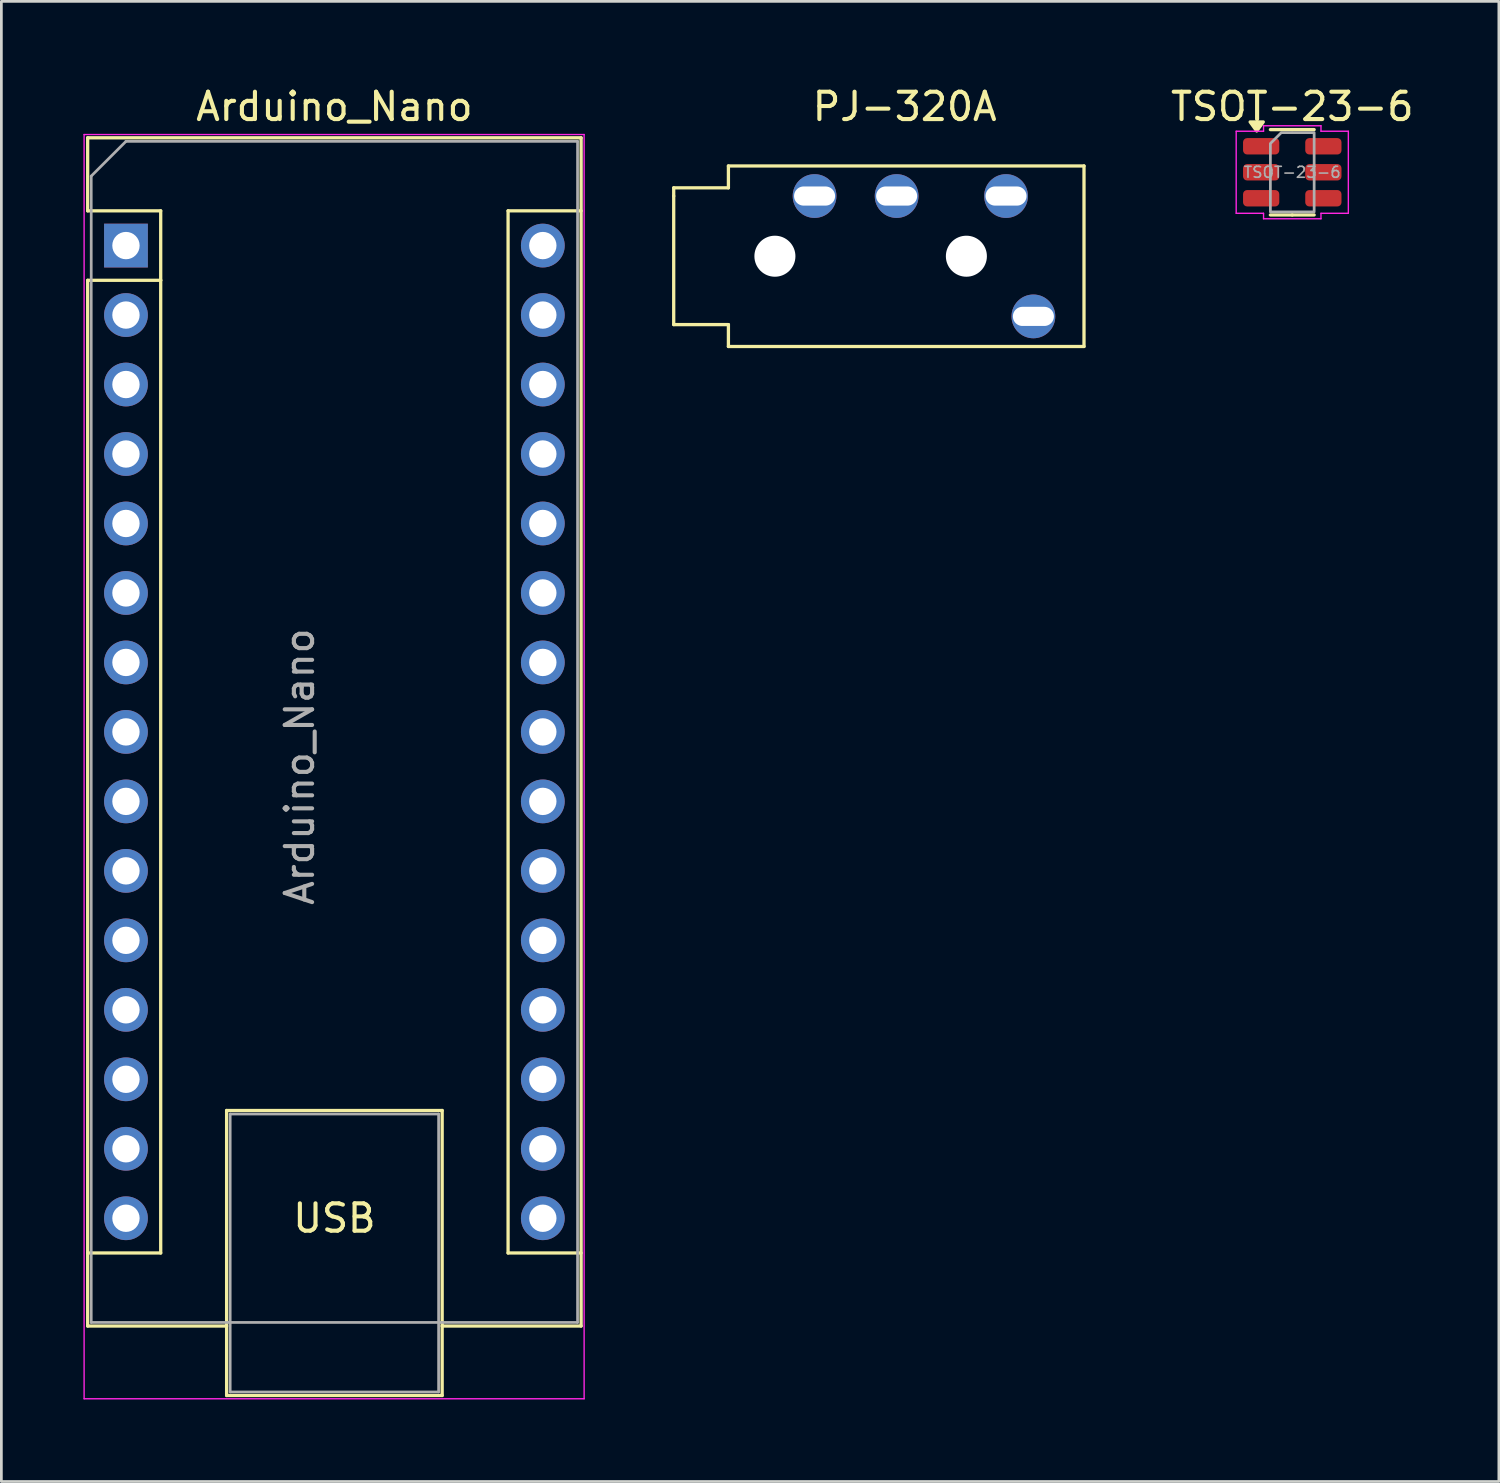
<source format=kicad_pcb>
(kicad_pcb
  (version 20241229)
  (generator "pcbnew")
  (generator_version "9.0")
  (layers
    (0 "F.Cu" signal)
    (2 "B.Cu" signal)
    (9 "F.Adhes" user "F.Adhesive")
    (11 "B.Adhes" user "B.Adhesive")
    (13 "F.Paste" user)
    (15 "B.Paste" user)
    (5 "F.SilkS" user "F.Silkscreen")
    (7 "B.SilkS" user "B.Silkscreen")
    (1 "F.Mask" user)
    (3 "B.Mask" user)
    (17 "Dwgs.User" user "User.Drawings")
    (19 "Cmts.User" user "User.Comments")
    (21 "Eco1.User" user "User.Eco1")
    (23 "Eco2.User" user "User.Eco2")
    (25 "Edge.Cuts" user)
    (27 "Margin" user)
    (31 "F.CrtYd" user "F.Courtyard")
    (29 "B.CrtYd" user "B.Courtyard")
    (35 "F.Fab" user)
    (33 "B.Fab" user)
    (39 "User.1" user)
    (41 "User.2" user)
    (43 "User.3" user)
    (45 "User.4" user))
  (footprint "PJ-320A"
    (layer "F.Cu")
    (at 21.58 4.117)
    (property "Reference" "PJ-320A" (at 8.445 -3.269 0) (layer "F.SilkS") (effects (font (size 1 1) (thickness 0.15))))
    (attr through_hole)
    (fp_line (start 0 -0.3) (end 2 -0.3) (stroke (width 0.12) (type solid)) (layer "F.SilkS"))
    (fp_line (start 0 0) (end 0 -0.3) (stroke (width 0.12) (type solid)) (layer "F.SilkS"))
    (fp_line (start 0 0) (end 0 4.7) (stroke (width 0.12) (type solid)) (layer "F.SilkS"))
    (fp_line (start 0 4.7) (end 2 4.7) (stroke (width 0.12) (type solid)) (layer "F.SilkS"))
    (fp_line (start 2 -1.1) (end 15 -1.1) (stroke (width 0.12) (type solid)) (layer "F.SilkS"))
    (fp_line (start 2 -0.3) (end 2 -1.1) (stroke (width 0.12) (type solid)) (layer "F.SilkS"))
    (fp_line (start 2 4.7) (end 2 5.5) (stroke (width 0.12) (type solid)) (layer "F.SilkS"))
    (fp_line (start 2 5.5) (end 15 5.5) (stroke (width 0.12) (type solid)) (layer "F.SilkS"))
    (fp_line (start 15 -1.1) (end 15 5.5) (stroke (width 0.12) (type solid)) (layer "F.SilkS"))
    (pad "" np_thru_hole circle (at 3.7 2.2 180) (size 1.5 1.5) (drill 1.5) (layers "*.Cu"))
    (pad "" np_thru_hole circle (at 10.7 2.2 180) (size 1.5 1.5) (drill 1.5) (layers "*.Cu"))
    (pad "1" thru_hole circle (at 13.15 4.4 180) (size 1.6 1.6) (drill oval 1.5 0.7) (layers "*.Cu" "*.Mask"))
    (pad "2" thru_hole circle (at 12.15 0 180) (size 1.6 1.6) (drill oval 1.5 0.7) (layers "*.Cu" "*.Mask"))
    (pad "3" thru_hole circle (at 8.15 0 180) (size 1.6 1.6) (drill oval 1.5 0.7) (layers "*.Cu" "*.Mask"))
    (pad "4" thru_hole circle (at 5.15 0 180) (size 1.6 1.6) (drill oval 1.5 0.7) (layers "*.Cu" "*.Mask")))
  (footprint "TSOT-23-6"
    (layer "F.Cu")
    (at 44.194 3.248)
    (property "Reference" "TSOT-23-6" (at 0 -2.4 0) (layer "F.SilkS") (effects (font (size 1 1) (thickness 0.15))))
    (attr smd)
    (fp_line (start 0 -1.56) (end -0.8 -1.56) (stroke (width 0.12) (type solid)) (layer "F.SilkS"))
    (fp_line (start 0 -1.56) (end 0.8 -1.56) (stroke (width 0.12) (type solid)) (layer "F.SilkS"))
    (fp_line (start 0 1.56) (end -0.8 1.56) (stroke (width 0.12) (type solid)) (layer "F.SilkS"))
    (fp_line (start 0 1.56) (end 0.8 1.56) (stroke (width 0.12) (type solid)) (layer "F.SilkS"))
    (fp_poly (pts (xy -1.3 -1.51) (xy -1.54 -1.84) (xy -1.06 -1.84)) (stroke (width 0.12) (type solid)) (fill yes) (layer "F.SilkS"))
    (fp_line (start -2.05 -1.5) (end -1.05 -1.5) (stroke (width 0.05) (type solid)) (layer "F.CrtYd"))
    (fp_line (start -2.05 1.5) (end -2.05 -1.5) (stroke (width 0.05) (type solid)) (layer "F.CrtYd"))
    (fp_line (start -1.05 -1.7) (end 1.05 -1.7) (stroke (width 0.05) (type solid)) (layer "F.CrtYd"))
    (fp_line (start -1.05 -1.5) (end -1.05 -1.7) (stroke (width 0.05) (type solid)) (layer "F.CrtYd"))
    (fp_line (start -1.05 1.5) (end -2.05 1.5) (stroke (width 0.05) (type solid)) (layer "F.CrtYd"))
    (fp_line (start -1.05 1.7) (end -1.05 1.5) (stroke (width 0.05) (type solid)) (layer "F.CrtYd"))
    (fp_line (start 1.05 -1.7) (end 1.05 -1.5) (stroke (width 0.05) (type solid)) (layer "F.CrtYd"))
    (fp_line (start 1.05 -1.5) (end 2.05 -1.5) (stroke (width 0.05) (type solid)) (layer "F.CrtYd"))
    (fp_line (start 1.05 1.5) (end 1.05 1.7) (stroke (width 0.05) (type solid)) (layer "F.CrtYd"))
    (fp_line (start 1.05 1.7) (end -1.05 1.7) (stroke (width 0.05) (type solid)) (layer "F.CrtYd"))
    (fp_line (start 2.05 -1.5) (end 2.05 1.5) (stroke (width 0.05) (type solid)) (layer "F.CrtYd"))
    (fp_line (start 2.05 1.5) (end 1.05 1.5) (stroke (width 0.05) (type solid)) (layer "F.CrtYd"))
    (fp_poly (pts (xy -0.8 -1.05) (xy -0.8 1.45) (xy 0.8 1.45) (xy 0.8 -1.45) (xy -0.4 -1.45)) (stroke (width 0.1) (type solid)) (fill no) (layer "F.Fab"))
    (fp_text user "${REFERENCE}" (at 0 0 0) (layer "F.Fab") (effects (font (size 0.4 0.4) (thickness 0.06))))
    (pad "1" smd roundrect (at -1.137 -0.95) (size 1.325 0.6) (layers "F.Cu" "F.Mask" "F.Paste") (roundrect_rratio 0.25))
    (pad "2" smd roundrect (at -1.137 0) (size 1.325 0.6) (layers "F.Cu" "F.Mask" "F.Paste") (roundrect_rratio 0.25))
    (pad "3" smd roundrect (at -1.137 0.95) (size 1.325 0.6) (layers "F.Cu" "F.Mask" "F.Paste") (roundrect_rratio 0.25))
    (pad "4" smd roundrect (at 1.137 0.95) (size 1.325 0.6) (layers "F.Cu" "F.Mask" "F.Paste") (roundrect_rratio 0.25))
    (pad "5" smd roundrect (at 1.137 0) (size 1.325 0.6) (layers "F.Cu" "F.Mask" "F.Paste") (roundrect_rratio 0.25))
    (pad "6" smd roundrect (at 1.137 -0.95) (size 1.325 0.6) (layers "F.Cu" "F.Mask" "F.Paste") (roundrect_rratio 0.25)))
  (footprint "Arduino_Nano"
    (layer "F.Cu")
    (at 1.555 5.928)
    (property "Reference" "Arduino_Nano" (at 7.62 -5.08 180) (layer "F.SilkS") (effects (font (size 1 1) (thickness 0.15))))
    (attr through_hole)
    (fp_line (start -1.4 -3.94) (end -1.4 -1.27) (stroke (width 0.12) (type solid)) (layer "F.SilkS"))
    (fp_line (start -1.4 1.27) (end -1.4 39.5) (stroke (width 0.12) (type solid)) (layer "F.SilkS"))
    (fp_line (start -1.4 39.5) (end 3.68 39.5) (stroke (width 0.12) (type solid)) (layer "F.SilkS"))
    (fp_line (start 1.27 -1.27) (end -1.4 -1.27) (stroke (width 0.12) (type solid)) (layer "F.SilkS"))
    (fp_line (start 1.27 1.27) (end -1.4 1.27) (stroke (width 0.12) (type solid)) (layer "F.SilkS"))
    (fp_line (start 1.27 1.27) (end 1.27 -1.27) (stroke (width 0.12) (type solid)) (layer "F.SilkS"))
    (fp_line (start 1.27 1.27) (end 1.27 36.83) (stroke (width 0.12) (type solid)) (layer "F.SilkS"))
    (fp_line (start 1.27 36.83) (end -1.4 36.83) (stroke (width 0.12) (type solid)) (layer "F.SilkS"))
    (fp_line (start 3.68 31.62) (end 11.56 31.62) (stroke (width 0.12) (type solid)) (layer "F.SilkS"))
    (fp_line (start 3.68 42.04) (end 3.68 31.62) (stroke (width 0.12) (type solid)) (layer "F.SilkS"))
    (fp_line (start 11.56 31.62) (end 11.56 42.04) (stroke (width 0.12) (type solid)) (layer "F.SilkS"))
    (fp_line (start 11.56 42.04) (end 3.68 42.04) (stroke (width 0.12) (type solid)) (layer "F.SilkS"))
    (fp_line (start 13.97 -1.27) (end 13.97 36.83) (stroke (width 0.12) (type solid)) (layer "F.SilkS"))
    (fp_line (start 13.97 -1.27) (end 16.64 -1.27) (stroke (width 0.12) (type solid)) (layer "F.SilkS"))
    (fp_line (start 13.97 36.83) (end 16.64 36.83) (stroke (width 0.12) (type solid)) (layer "F.SilkS"))
    (fp_line (start 16.64 -3.94) (end -1.4 -3.94) (stroke (width 0.12) (type solid)) (layer "F.SilkS"))
    (fp_line (start 16.64 39.5) (end 11.56 39.5) (stroke (width 0.12) (type solid)) (layer "F.SilkS"))
    (fp_line (start 16.64 39.5) (end 16.64 -3.94) (stroke (width 0.12) (type solid)) (layer "F.SilkS"))
    (fp_line (start -1.53 -4.06) (end -1.53 42.16) (stroke (width 0.05) (type solid)) (layer "F.CrtYd"))
    (fp_line (start -1.53 -4.06) (end 16.75 -4.06) (stroke (width 0.05) (type solid)) (layer "F.CrtYd"))
    (fp_line (start 16.75 42.16) (end -1.53 42.16) (stroke (width 0.05) (type solid)) (layer "F.CrtYd"))
    (fp_line (start 16.75 42.16) (end 16.75 -4.06) (stroke (width 0.05) (type solid)) (layer "F.CrtYd"))
    (fp_line (start -1.27 -2.54) (end 0 -3.81) (stroke (width 0.1) (type solid)) (layer "F.Fab"))
    (fp_line (start -1.27 39.37) (end -1.27 -2.54) (stroke (width 0.1) (type solid)) (layer "F.Fab"))
    (fp_line (start 0 -3.81) (end 16.51 -3.81) (stroke (width 0.1) (type solid)) (layer "F.Fab"))
    (fp_line (start 3.81 31.75) (end 11.43 31.75) (stroke (width 0.1) (type solid)) (layer "F.Fab"))
    (fp_line (start 3.81 41.91) (end 3.81 31.75) (stroke (width 0.1) (type solid)) (layer "F.Fab"))
    (fp_line (start 11.43 31.75) (end 11.43 41.91) (stroke (width 0.1) (type solid)) (layer "F.Fab"))
    (fp_line (start 11.43 41.91) (end 3.81 41.91) (stroke (width 0.1) (type solid)) (layer "F.Fab"))
    (fp_line (start 16.51 -3.81) (end 16.51 39.37) (stroke (width 0.1) (type solid)) (layer "F.Fab"))
    (fp_line (start 16.51 39.37) (end -1.27 39.37) (stroke (width 0.1) (type solid)) (layer "F.Fab"))
    (fp_text user "USB" (at 7.62 35.56 0) (unlocked yes) (layer "F.SilkS") (effects (font (size 1 1) (thickness 0.15))))
    (fp_text user "${REFERENCE}" (at 6.35 19.05 270) (layer "F.Fab") (effects (font (size 1 1) (thickness 0.15))))
    (pad "1" thru_hole rect (at 0 0) (size 1.6 1.6) (drill 1) (layers "*.Cu" "*.Mask"))
    (pad "2" thru_hole oval (at 0 2.54) (size 1.6 1.6) (drill 1) (layers "*.Cu" "*.Mask"))
    (pad "3" thru_hole oval (at 0 5.08) (size 1.6 1.6) (drill 1) (layers "*.Cu" "*.Mask"))
    (pad "4" thru_hole oval (at 0 7.62) (size 1.6 1.6) (drill 1) (layers "*.Cu" "*.Mask"))
    (pad "5" thru_hole oval (at 0 10.16) (size 1.6 1.6) (drill 1) (layers "*.Cu" "*.Mask"))
    (pad "6" thru_hole oval (at 0 12.7) (size 1.6 1.6) (drill 1) (layers "*.Cu" "*.Mask"))
    (pad "7" thru_hole oval (at 0 15.24) (size 1.6 1.6) (drill 1) (layers "*.Cu" "*.Mask"))
    (pad "8" thru_hole oval (at 0 17.78) (size 1.6 1.6) (drill 1) (layers "*.Cu" "*.Mask"))
    (pad "9" thru_hole oval (at 0 20.32) (size 1.6 1.6) (drill 1) (layers "*.Cu" "*.Mask"))
    (pad "10" thru_hole oval (at 0 22.86) (size 1.6 1.6) (drill 1) (layers "*.Cu" "*.Mask"))
    (pad "11" thru_hole oval (at 0 25.4) (size 1.6 1.6) (drill 1) (layers "*.Cu" "*.Mask"))
    (pad "12" thru_hole oval (at 0 27.94) (size 1.6 1.6) (drill 1) (layers "*.Cu" "*.Mask"))
    (pad "13" thru_hole oval (at 0 30.48) (size 1.6 1.6) (drill 1) (layers "*.Cu" "*.Mask"))
    (pad "14" thru_hole oval (at 0 33.02) (size 1.6 1.6) (drill 1) (layers "*.Cu" "*.Mask"))
    (pad "15" thru_hole oval (at 0 35.56) (size 1.6 1.6) (drill 1) (layers "*.Cu" "*.Mask"))
    (pad "16" thru_hole oval (at 15.24 35.56) (size 1.6 1.6) (drill 1) (layers "*.Cu" "*.Mask"))
    (pad "17" thru_hole oval (at 15.24 33.02) (size 1.6 1.6) (drill 1) (layers "*.Cu" "*.Mask"))
    (pad "18" thru_hole oval (at 15.24 30.48) (size 1.6 1.6) (drill 1) (layers "*.Cu" "*.Mask"))
    (pad "19" thru_hole oval (at 15.24 27.94) (size 1.6 1.6) (drill 1) (layers "*.Cu" "*.Mask"))
    (pad "20" thru_hole oval (at 15.24 25.4) (size 1.6 1.6) (drill 1) (layers "*.Cu" "*.Mask"))
    (pad "21" thru_hole oval (at 15.24 22.86) (size 1.6 1.6) (drill 1) (layers "*.Cu" "*.Mask"))
    (pad "22" thru_hole oval (at 15.24 20.32) (size 1.6 1.6) (drill 1) (layers "*.Cu" "*.Mask"))
    (pad "23" thru_hole oval (at 15.24 17.78) (size 1.6 1.6) (drill 1) (layers "*.Cu" "*.Mask"))
    (pad "24" thru_hole oval (at 15.24 15.24) (size 1.6 1.6) (drill 1) (layers "*.Cu" "*.Mask"))
    (pad "25" thru_hole oval (at 15.24 12.7) (size 1.6 1.6) (drill 1) (layers "*.Cu" "*.Mask"))
    (pad "26" thru_hole oval (at 15.24 10.16) (size 1.6 1.6) (drill 1) (layers "*.Cu" "*.Mask"))
    (pad "27" thru_hole oval (at 15.24 7.62) (size 1.6 1.6) (drill 1) (layers "*.Cu" "*.Mask"))
    (pad "28" thru_hole oval (at 15.24 5.08) (size 1.6 1.6) (drill 1) (layers "*.Cu" "*.Mask"))
    (pad "29" thru_hole oval (at 15.24 2.54) (size 1.6 1.6) (drill 1) (layers "*.Cu" "*.Mask"))
    (pad "30" thru_hole oval (at 15.24 0) (size 1.6 1.6) (drill 1) (layers "*.Cu" "*.Mask")))
  (gr_rect
    (start -3 -3)
    (end 51.747 51.113)
    (stroke (width 0.1) (type default))
    (fill no)
    (layer "Edge.Cuts")))
</source>
